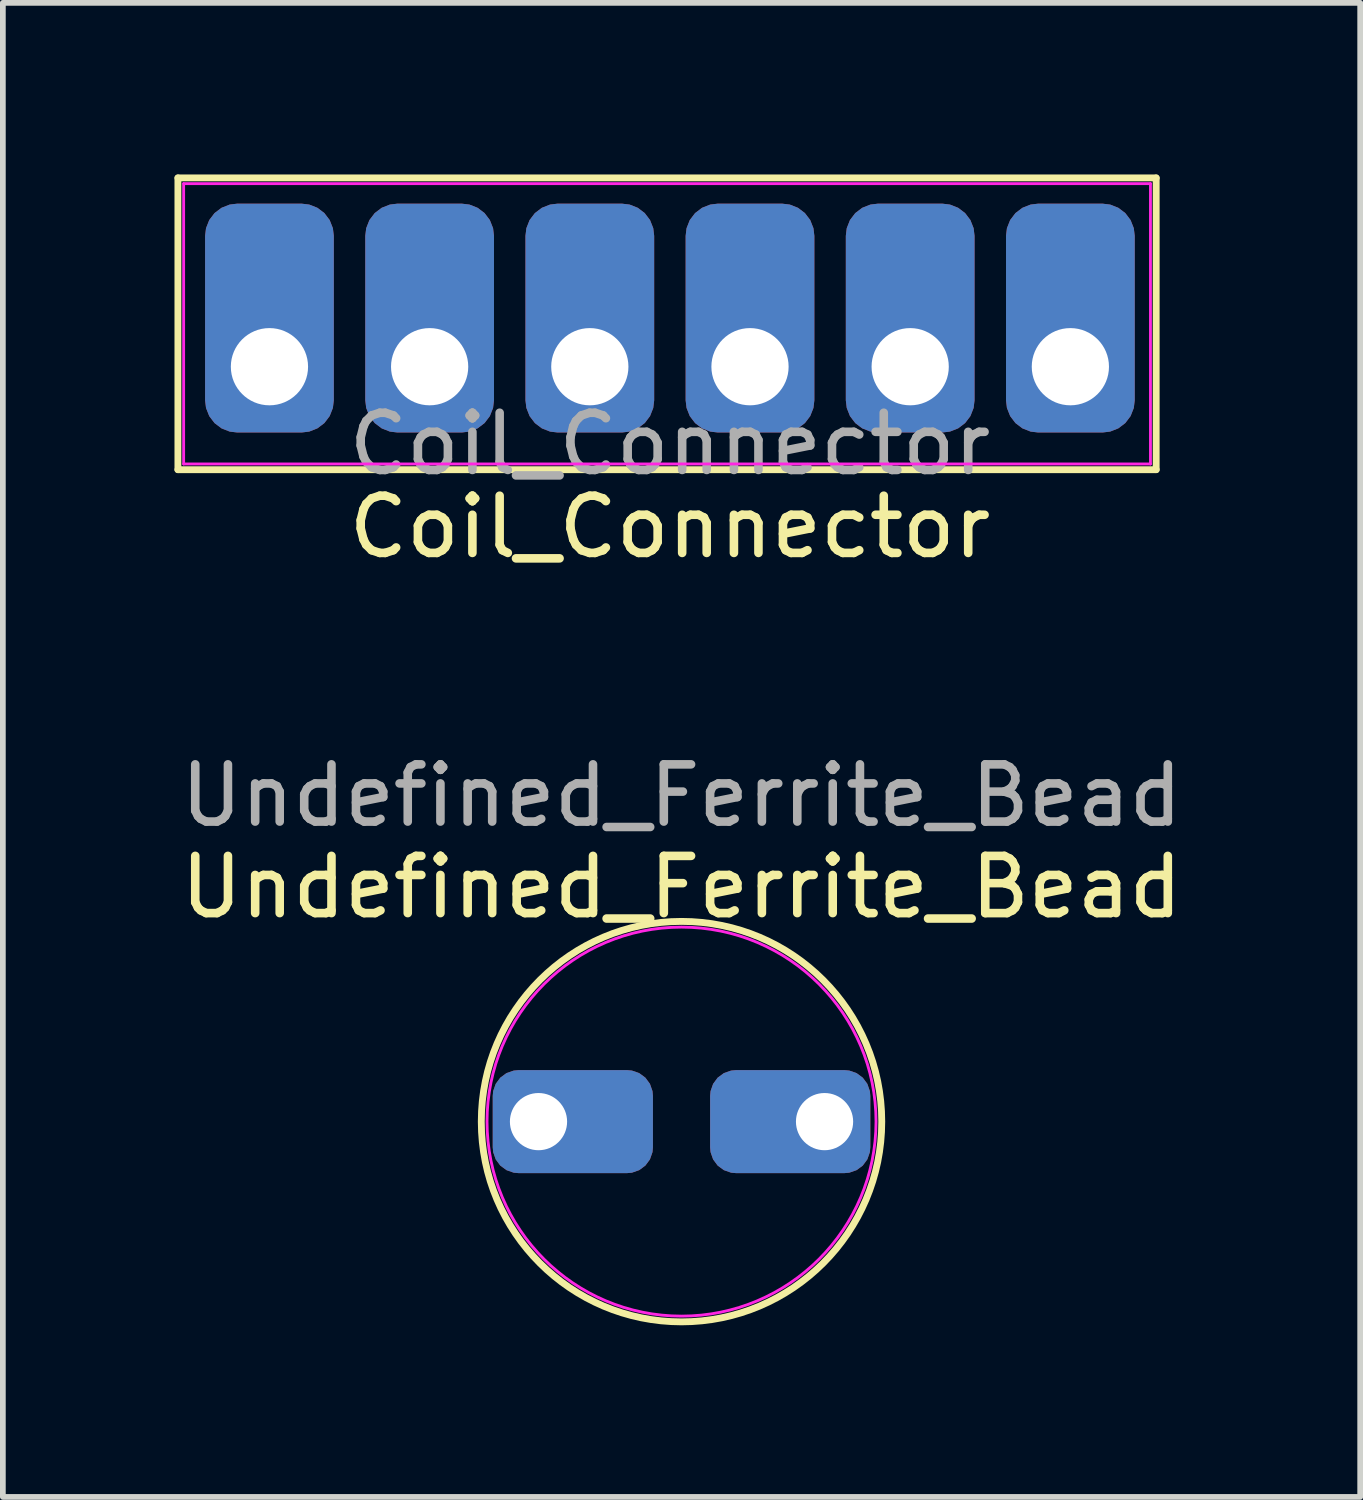
<source format=kicad_pcb>
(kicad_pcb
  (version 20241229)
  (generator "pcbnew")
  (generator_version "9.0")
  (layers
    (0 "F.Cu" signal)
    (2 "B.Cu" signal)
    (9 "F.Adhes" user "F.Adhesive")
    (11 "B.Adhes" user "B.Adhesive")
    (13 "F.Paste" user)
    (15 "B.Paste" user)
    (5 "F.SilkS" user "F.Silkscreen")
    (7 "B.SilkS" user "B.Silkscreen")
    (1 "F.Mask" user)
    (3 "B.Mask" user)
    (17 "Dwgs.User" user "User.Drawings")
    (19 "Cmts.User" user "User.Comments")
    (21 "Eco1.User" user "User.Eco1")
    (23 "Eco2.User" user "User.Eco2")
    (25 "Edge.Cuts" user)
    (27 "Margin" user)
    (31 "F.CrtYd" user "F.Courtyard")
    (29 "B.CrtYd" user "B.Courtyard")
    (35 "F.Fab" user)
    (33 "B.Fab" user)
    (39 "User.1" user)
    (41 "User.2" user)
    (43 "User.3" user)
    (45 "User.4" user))
  (footprint "Coil_Connector"
    (layer "F.Cu")
    (at 8.66 3.36)
    (property "Reference" "Coil_Connector" (at 0 2.8 0) (unlocked yes) (layer "F.SilkS") (effects (font (size 1 1) (thickness 0.15))))
    (attr smd)
    (fp_line (start -8.6 -3.3) (end -8.6 1.8) (stroke (width 0.12) (type default)) (layer "F.SilkS"))
    (fp_line (start -8.6 1.8) (end 8.5 1.8) (stroke (width 0.12) (type default)) (layer "F.SilkS"))
    (fp_line (start 8.5 -3.3) (end -8.6 -3.3) (stroke (width 0.12) (type default)) (layer "F.SilkS"))
    (fp_line (start 8.5 1.8) (end 8.5 -3.3) (stroke (width 0.12) (type default)) (layer "F.SilkS"))
    (fp_line (start -8.5 -3.2) (end -8.5 1.7) (stroke (width 0.05) (type default)) (layer "F.CrtYd"))
    (fp_line (start -8.5 1.7) (end 8.4 1.7) (stroke (width 0.05) (type default)) (layer "F.CrtYd"))
    (fp_line (start 8.4 -3.2) (end -8.5 -3.2) (stroke (width 0.05) (type default)) (layer "F.CrtYd"))
    (fp_line (start 8.4 1.7) (end 8.4 -3.2) (stroke (width 0.05) (type default)) (layer "F.CrtYd"))
    (fp_text user "${REFERENCE}" (at 0 1.35 0) (unlocked yes) (layer "F.Fab") (effects (font (size 1 1) (thickness 0.15))))
    (pad "1" thru_hole roundrect (at -7 0) (size 2.25 4) (drill 1.35 (offset 0 -0.85)) (layers "*.Cu" "*.Mask") (roundrect_rratio 0.25))
    (pad "2" thru_hole roundrect (at -4.2 0) (size 2.25 4) (drill 1.35 (offset 0 -0.85)) (layers "*.Cu" "*.Mask") (roundrect_rratio 0.25))
    (pad "3" thru_hole roundrect (at -1.4 0) (size 2.25 4) (drill 1.35 (offset 0 -0.85)) (layers "*.Cu" "*.Mask") (roundrect_rratio 0.25))
    (pad "4" thru_hole roundrect (at 1.4 0) (size 2.25 4) (drill 1.35 (offset 0 -0.85)) (layers "*.Cu" "*.Mask") (roundrect_rratio 0.25))
    (pad "5" thru_hole roundrect (at 4.2 0) (size 2.25 4) (drill 1.35 (offset 0 -0.85)) (layers "*.Cu" "*.Mask") (roundrect_rratio 0.25))
    (pad "6" thru_hole roundrect (at 7 0) (size 2.25 4) (drill 1.35 (offset 0 -0.85)) (layers "*.Cu" "*.Mask") (roundrect_rratio 0.25)))
  (footprint "Undefined_Ferrite_Bead"
    (layer "F.Cu")
    (at 8.863 16.556)
    (property "Reference" "Undefined_Ferrite_Bead" (at 0 -4.1 0) (unlocked yes) (layer "F.SilkS") (effects (font (size 1 1) (thickness 0.15))))
    (attr smd)
    (fp_circle (center 0 0) (end 3.5 0) (stroke (width 0.12) (type default)) (fill no) (layer "F.SilkS"))
    (fp_circle (center 0 0) (end 0 -3.4) (stroke (width 0.05) (type default)) (fill no) (layer "F.CrtYd"))
    (fp_text user "${REFERENCE}" (at 0 -5.7 0) (unlocked yes) (layer "F.Fab") (effects (font (size 1 1) (thickness 0.15))))
    (pad "1" thru_hole roundrect (at -2.5 0) (size 2.8 1.8) (drill 1 (offset 0.6 0)) (layers "*.Cu" "*.Mask") (roundrect_rratio 0.25))
    (pad "2" thru_hole roundrect (at 2.5 0) (size 2.8 1.8) (drill 1 (offset -0.6 0)) (layers "*.Cu" "*.Mask") (roundrect_rratio 0.25)))
  (gr_rect
    (start -3 -3)
    (end 20.726 23.116)
    (stroke (width 0.1) (type default))
    (fill no)
    (layer "Edge.Cuts")))
</source>
